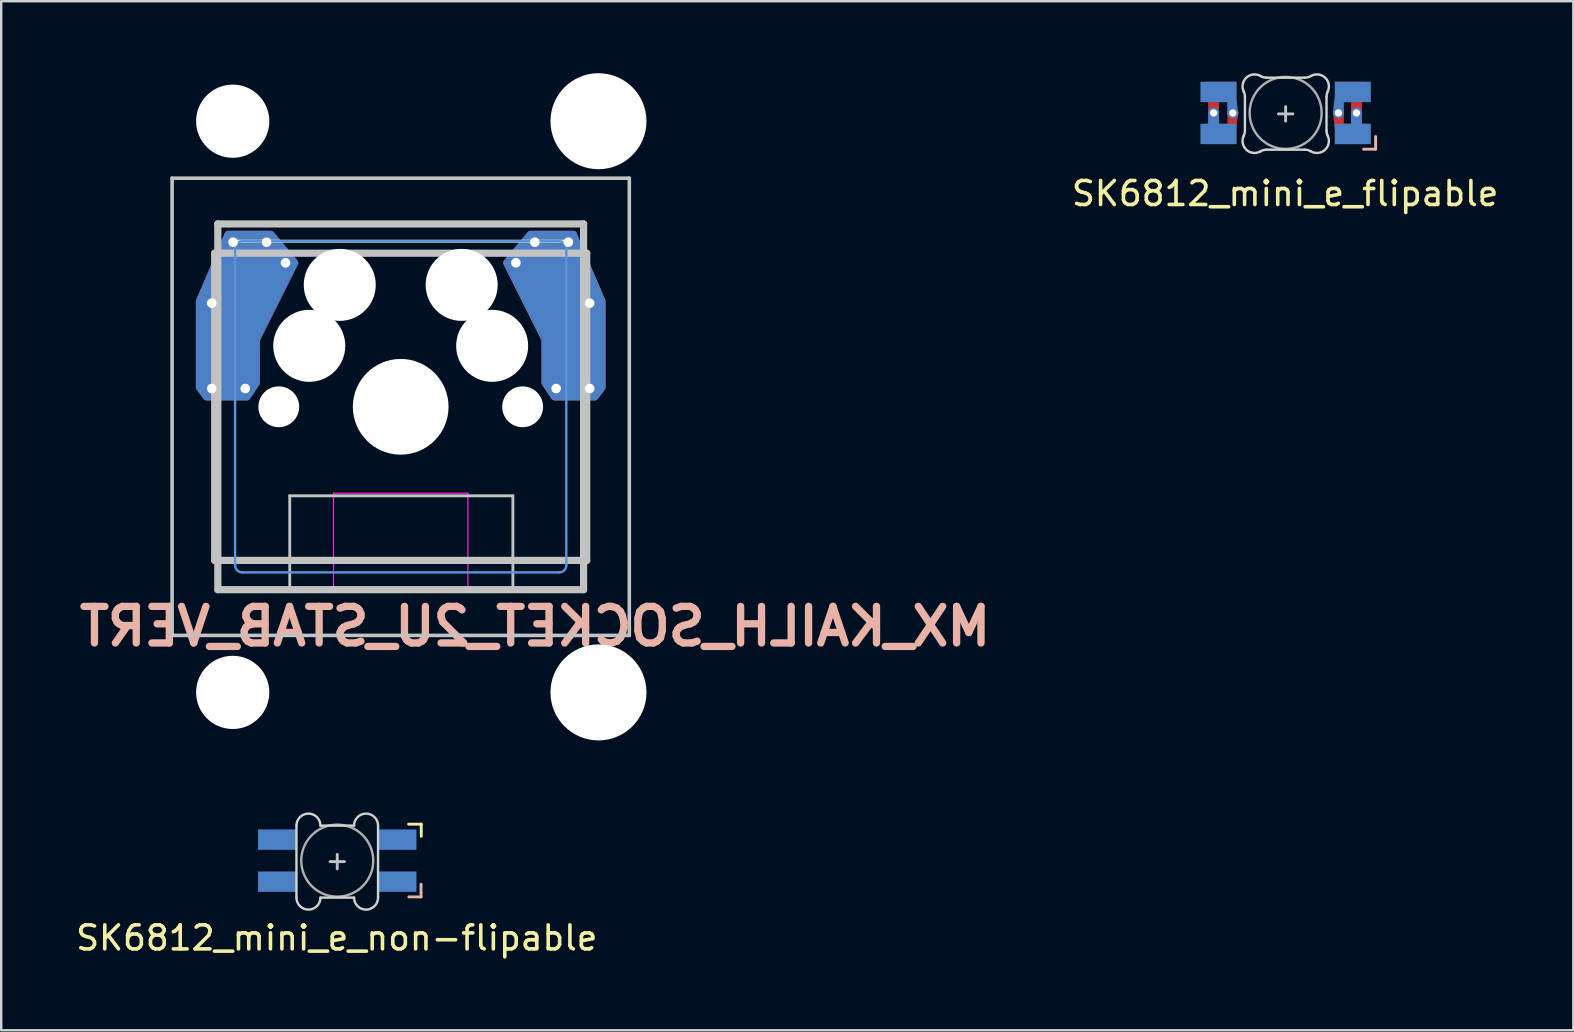
<source format=kicad_pcb>
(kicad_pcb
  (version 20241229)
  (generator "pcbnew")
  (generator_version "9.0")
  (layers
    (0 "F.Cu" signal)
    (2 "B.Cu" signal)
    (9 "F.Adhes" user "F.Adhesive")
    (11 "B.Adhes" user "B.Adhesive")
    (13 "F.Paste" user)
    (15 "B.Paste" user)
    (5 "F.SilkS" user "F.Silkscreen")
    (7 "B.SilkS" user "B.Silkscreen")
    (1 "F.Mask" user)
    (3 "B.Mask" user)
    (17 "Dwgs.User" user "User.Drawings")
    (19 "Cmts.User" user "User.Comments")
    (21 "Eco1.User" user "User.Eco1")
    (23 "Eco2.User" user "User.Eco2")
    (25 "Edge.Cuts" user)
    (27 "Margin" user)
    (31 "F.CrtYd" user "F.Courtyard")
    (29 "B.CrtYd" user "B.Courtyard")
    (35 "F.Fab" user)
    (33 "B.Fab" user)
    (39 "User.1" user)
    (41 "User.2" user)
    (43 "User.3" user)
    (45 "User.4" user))
  (footprint "SK6812_mini_e_flipable"
    (layer "F.Cu")
    (at 50.518 1.695)
    (property "Reference" "SK6812_mini_e_flipable" (at -0.02 3.32 0) (layer "F.SilkS") (effects (font (size 1 1) (thickness 0.15))))
    (attr through_hole)
    (fp_poly (pts (xy -3.5 -1.29) (xy -2.1 -1.29) (xy -2.1 -0.54) (xy -3.5 -0.54)) (stroke (width 0.1) (type solid)) (fill yes) (layer "B.Mask"))
    (fp_poly (pts (xy -3.5 0.46) (xy -2.1 0.46) (xy -2.1 1.21) (xy -3.5 1.21)) (stroke (width 0.1) (type solid)) (fill yes) (layer "B.Mask"))
    (fp_poly (pts (xy 2.1 -1.29) (xy 3.5 -1.29) (xy 3.5 -0.54) (xy 2.1 -0.54)) (stroke (width 0.1) (type solid)) (fill yes) (layer "B.Mask"))
    (fp_poly (pts (xy 2.1 0.46) (xy 3.5 0.46) (xy 3.5 0.785) (xy 3.1 1.21) (xy 2.1 1.21)) (stroke (width 0.1) (type solid)) (fill yes) (layer "B.Mask"))
    (fp_line (start 3.246 1.471) (end 3.754 1.471) (stroke (width 0.12) (type solid)) (layer "B.SilkS"))
    (fp_line (start 3.75 1.471) (end 3.75 0.943) (stroke (width 0.12) (type solid)) (layer "B.SilkS"))
    (fp_line (start -0.3 0) (end 0.3 0) (stroke (width 0.12) (type solid)) (layer "Dwgs.User"))
    (fp_line (start 0 0.3) (end 0 -0.3) (stroke (width 0.12) (type solid)) (layer "Dwgs.User"))
    (fp_line (start -1.697 -0.711) (end -1.697 0.695) (stroke (width 0.1) (type solid)) (layer "Edge.Cuts"))
    (fp_line (start -0.791 1.492) (end 0.798 1.492) (stroke (width 0.1) (type solid)) (layer "Edge.Cuts"))
    (fp_line (start 0.798 -1.508) (end -0.791 -1.508) (stroke (width 0.1) (type solid)) (layer "Edge.Cuts"))
    (fp_line (start 1.703 0.695) (end 1.703 -0.711) (stroke (width 0.1) (type solid)) (layer "Edge.Cuts"))
    (fp_arc (start -1.746195 -0.928018) (mid -1.709238 -0.822366) (end -1.69671 -0.711141) (stroke (width 0.1) (type solid)) (layer "Edge.Cuts"))
    (fp_arc (start -1.746195 -0.928018) (mid -1.634781 -1.512332) (end -1.043422 -1.576595) (stroke (width 0.1) (type solid)) (layer "Edge.Cuts"))
    (fp_arc (start -1.69671 0.694544) (mid -1.709238 0.80577) (end -1.746195 0.911422) (stroke (width 0.1) (type solid)) (layer "Edge.Cuts"))
    (fp_arc (start -1.043422 1.560001) (mid -1.634782 1.495737) (end -1.746195 0.911422) (stroke (width 0.1) (type solid)) (layer "Edge.Cuts"))
    (fp_arc (start -1.043422 1.560001) (mid -0.921834 1.509079) (end -0.791164 1.491702) (stroke (width 0.1) (type solid)) (layer "Edge.Cuts"))
    (fp_arc (start -0.791163 -1.508298) (mid -0.921833 -1.525675) (end -1.043421 -1.576597) (stroke (width 0.1) (type solid)) (layer "Edge.Cuts"))
    (fp_arc (start 0.797742 1.491701) (mid 0.928412 1.509078) (end 1.05 1.56) (stroke (width 0.1) (type solid)) (layer "Edge.Cuts"))
    (fp_arc (start 1.05 -1.576597) (mid 0.928412 -1.525675) (end 0.797741 -1.508298) (stroke (width 0.1) (type solid)) (layer "Edge.Cuts"))
    (fp_arc (start 1.05 -1.576597) (mid 1.641361 -1.512334) (end 1.752773 -0.928017) (stroke (width 0.1) (type solid)) (layer "Edge.Cuts"))
    (fp_arc (start 1.703288 -0.71114) (mid 1.715818 -0.822366) (end 1.752773 -0.928018) (stroke (width 0.1) (type solid)) (layer "Edge.Cuts"))
    (fp_arc (start 1.752773 0.911422) (mid 1.64136 1.495736) (end 1.05 1.56) (stroke (width 0.1) (type solid)) (layer "Edge.Cuts"))
    (fp_arc (start 1.752773 0.911422) (mid 1.7158 0.805773) (end 1.703288 0.694545) (stroke (width 0.1) (type solid)) (layer "Edge.Cuts"))
    (fp_circle (center 0 -0.04) (end 0 -1.54) (stroke (width 0.1) (type solid)) (fill no) (layer "F.Fab"))
    (pad "1" smd custom (at -2.8 -0.915) (size 1.5 0.85) (layers "B.Cu") (options (anchor rect)) (primitives (gr_poly (pts (xy 0.775 0.896) (xy 0.419 0.896) (xy 0.419 0.325) (xy 0.7 0.325)) (width 0.1) (fill yes))))
    (pad "1" smd custom (at -2.7 0.835) (size 1.3 0.85) (layers "F.Cu") (options (anchor rect)) (primitives (gr_poly (pts (xy 0.681 -0.898) (xy 0.6 -0.275) (xy 0.325 -0.275) (xy 0.325 -0.898)) (width 0.1) (fill yes))))
    (pad "1" thru_hole circle (at -2.2 -0.04 180) (size 0.457 0.457) (drill 0.305) (layers "*.Cu"))
    (pad "2" thru_hole circle (at -3 -0.04 180) (size 0.457 0.457) (drill 0.305) (layers "*.Cu"))
    (pad "2" smd custom (at -2.8 0.835 180) (size 1.5 0.85) (layers "B.Cu") (options (anchor rect)) (primitives (gr_poly (pts (xy 0.382 0.888) (xy 0.027 0.888) (xy 0.027 0.325) (xy 0.382 0.325)) (width 0.1) (fill yes))))
    (pad "2" smd custom (at -2.7 -0.915 180) (size 1.3 0.85) (layers "F.Cu") (options (anchor rect)) (primitives (gr_poly (pts (xy 0.482 -0.869) (xy 0.482 -0.296) (xy 0.127 -0.296) (xy 0.127 -0.869)) (width 0.1) (fill yes))))
    (pad "3" smd custom (at 2.7 -0.915 180) (size 1.3 0.85) (layers "F.Cu") (options (anchor rect)) (primitives (gr_poly (pts (xy -0.076 -0.887) (xy -0.076 -0.354) (xy -0.432 -0.354) (xy -0.432 -0.887)) (width 0.1) (fill yes))))
    (pad "3" smd custom (at 2.8 0.835 180) (size 1.5 0.85) (layers "B.Cu") (options (anchor rect)) (primitives (gr_poly (pts (xy 0.028 0.888) (xy -0.328 0.888) (xy -0.332 0.325) (xy 0.024 0.325)) (width 0.1) (fill yes))))
    (pad "3" thru_hole circle (at 2.95 -0.04 180) (size 0.457 0.457) (drill 0.305) (layers "*.Cu"))
    (pad "4" thru_hole circle (at 2.2 -0.04 180) (size 0.457 0.457) (drill 0.305) (layers "*.Cu"))
    (pad "4" smd custom (at 2.7 0.835) (size 1.3 0.85) (layers "F.Cu") (options (anchor rect)) (primitives (gr_poly (pts (xy -0.325 -0.906) (xy -0.325 -0.175) (xy -0.6 -0.185) (xy -0.681 -0.903)) (width 0.1) (fill yes))))
    (pad "4" smd custom (at 2.8 -0.915) (size 1.5 0.85) (layers "B.Cu") (options (anchor rect)) (primitives (gr_poly (pts (xy -0.425 0.886) (xy -0.781 0.886) (xy -0.7 0.175) (xy -0.425 0.175)) (width 0.1) (fill yes)))))
  (footprint "SK6812_mini_e_non-flipable"
    (layer "F.Cu")
    (at 11.002 32.71)
    (property "Reference" "SK6812_mini_e_non-flipable" (at -0.02 3.32 0) (layer "F.SilkS") (effects (font (size 1 1) (thickness 0.15))))
    (attr through_hole)
    (fp_poly (pts (xy -3.25 -1.15) (xy -1.75 -1.15) (xy -1.75 -0.4) (xy -3.25 -0.4)) (stroke (width 0.1) (type solid)) (fill yes) (layer "F.Mask"))
    (fp_poly (pts (xy -3.25 0.6) (xy -1.75 0.6) (xy -1.75 1.35) (xy -3.25 1.35)) (stroke (width 0.1) (type solid)) (fill yes) (layer "F.Mask"))
    (fp_poly (pts (xy 1.75 0.6) (xy 3.25 0.6) (xy 3.25 1.35) (xy 1.75 1.35)) (stroke (width 0.1) (type solid)) (fill yes) (layer "F.Mask"))
    (fp_poly (pts (xy 1.75 -1.15) (xy 2.85 -1.15) (xy 3.25 -0.75) (xy 3.25 -0.4) (xy 1.75 -0.4)) (stroke (width 0.1) (type solid)) (fill yes) (layer "F.Mask"))
    (fp_poly (pts (xy -3.25 -1.15) (xy -1.75 -1.15) (xy -1.75 -0.4) (xy -3.25 -0.4)) (stroke (width 0.1) (type solid)) (fill yes) (layer "B.Mask"))
    (fp_poly (pts (xy -3.25 0.6) (xy -1.75 0.6) (xy -1.75 1.35) (xy -3.25 1.35)) (stroke (width 0.1) (type solid)) (fill yes) (layer "B.Mask"))
    (fp_poly (pts (xy 1.75 -1.15) (xy 3.25 -1.15) (xy 3.25 -0.4) (xy 1.75 -0.4)) (stroke (width 0.1) (type solid)) (fill yes) (layer "B.Mask"))
    (fp_poly (pts (xy 1.75 0.6) (xy 3.25 0.6) (xy 3.25 0.925) (xy 2.85 1.35) (xy 1.75 1.35)) (stroke (width 0.1) (type solid)) (fill yes) (layer "B.Mask"))
    (fp_line (start 3.5 -1.421) (end 2.972 -1.421) (stroke (width 0.12) (type solid)) (layer "F.SilkS"))
    (fp_line (start 3.5 -0.913) (end 3.5 -1.421) (stroke (width 0.12) (type solid)) (layer "F.SilkS"))
    (fp_line (start 2.983 1.611) (end 3.491 1.611) (stroke (width 0.12) (type solid)) (layer "B.SilkS"))
    (fp_line (start 3.491 1.611) (end 3.491 1.083) (stroke (width 0.12) (type solid)) (layer "B.SilkS"))
    (fp_line (start -0.3 0.14) (end 0.3 0.14) (stroke (width 0.12) (type solid)) (layer "Dwgs.User"))
    (fp_line (start 0 0.44) (end 0 -0.16) (stroke (width 0.12) (type solid)) (layer "Dwgs.User"))
    (fp_line (start -1.7 -1.36) (end -1.7 1.64) (stroke (width 0.1) (type solid)) (layer "Edge.Cuts"))
    (fp_line (start -0.7 -1.36) (end 0.7 -1.36) (stroke (width 0.1) (type solid)) (layer "Edge.Cuts"))
    (fp_line (start -0.7 1.64) (end 0.7 1.64) (stroke (width 0.1) (type solid)) (layer "Edge.Cuts"))
    (fp_line (start 1.7 1.64) (end 1.7 -1.36) (stroke (width 0.1) (type solid)) (layer "Edge.Cuts"))
    (fp_arc (start -1.7 -1.36) (mid -1.2 -1.86) (end -0.7 -1.36) (stroke (width 0.1) (type solid)) (layer "Edge.Cuts"))
    (fp_arc (start -0.7 1.64) (mid -1.2 2.14) (end -1.7 1.64) (stroke (width 0.1) (type solid)) (layer "Edge.Cuts"))
    (fp_arc (start 0.7 -1.36) (mid 1.2 -1.86) (end 1.7 -1.36) (stroke (width 0.1) (type solid)) (layer "Edge.Cuts"))
    (fp_arc (start 1.7 1.64) (mid 1.2 2.14) (end 0.7 1.64) (stroke (width 0.1) (type solid)) (layer "Edge.Cuts"))
    (fp_circle (center 0 0.1) (end 0 -1.4) (stroke (width 0.1) (type solid)) (fill no) (layer "F.Fab"))
    (pad "1" smd rect (at -2.5 -0.775) (size 1.6 0.85) (layers "B.Cu"))
    (pad "2" smd rect (at -2.5 0.975 180) (size 1.6 0.85) (layers "B.Cu"))
    (pad "3" smd rect (at 2.5 0.975 180) (size 1.6 0.85) (layers "B.Cu"))
    (pad "4" smd rect (at 2.5 -0.775) (size 1.6 0.85) (layers "B.Cu")))
  (footprint "MX_KAILH_SOCKET_2U_STAB_VERT"
    (layer "F.Cu")
    (at 13.646 13.9)
    (property "Reference" "MX_KAILH_SOCKET_2U_STAB_VERT" (at 5.6 9.15 0) (layer "B.SilkS") (effects (font (size 1.524 1.524) (thickness 0.305)) (justify mirror)))
    (attr through_hole)
    (fp_line (start 6.9 -6.9) (end -6.9 -6.9) (stroke (width 0.12) (type solid)) (layer "F.SilkS"))
    (fp_line (start -9.525 -9.525) (end 9.525 -9.525) (stroke (width 0.15) (type solid)) (layer "Dwgs.User"))
    (fp_line (start -9.525 9.525) (end -9.525 -9.525) (stroke (width 0.15) (type solid)) (layer "Dwgs.User"))
    (fp_line (start -7.75 6.4) (end -7.75 -6.4) (stroke (width 0.3) (type solid)) (layer "Dwgs.User"))
    (fp_line (start -7.75 6.4) (end 7.75 6.4) (stroke (width 0.3) (type solid)) (layer "Dwgs.User"))
    (fp_line (start -7.62 -7.62) (end 7.62 -7.62) (stroke (width 0.3) (type solid)) (layer "Dwgs.User"))
    (fp_line (start -7.62 7.62) (end -7.62 -7.62) (stroke (width 0.3) (type solid)) (layer "Dwgs.User"))
    (fp_line (start -4.623 3.708) (end -4.623 7.671) (stroke (width 0.12) (type solid)) (layer "Dwgs.User"))
    (fp_line (start 4.674 3.708) (end -4.623 3.708) (stroke (width 0.12) (type solid)) (layer "Dwgs.User"))
    (fp_line (start 4.674 3.708) (end 4.674 7.671) (stroke (width 0.12) (type solid)) (layer "Dwgs.User"))
    (fp_line (start 7.62 -7.62) (end 7.62 7.62) (stroke (width 0.3) (type solid)) (layer "Dwgs.User"))
    (fp_line (start 7.62 7.62) (end -7.62 7.62) (stroke (width 0.3) (type solid)) (layer "Dwgs.User"))
    (fp_line (start 7.75 -6.4) (end -7.75 -6.4) (stroke (width 0.3) (type solid)) (layer "Dwgs.User"))
    (fp_line (start 7.75 6.4) (end 7.75 -6.4) (stroke (width 0.3) (type solid)) (layer "Dwgs.User"))
    (fp_line (start 9.525 -9.525) (end 9.525 9.525) (stroke (width 0.15) (type solid)) (layer "Dwgs.User"))
    (fp_line (start 9.525 9.525) (end -9.525 9.525) (stroke (width 0.15) (type solid)) (layer "Dwgs.User"))
    (fp_line (start -6.9 -6.6) (end -6.9 6.6) (stroke (width 0.1) (type solid)) (layer "Cmts.User"))
    (fp_line (start -6.6 6.9) (end 6.6 6.9) (stroke (width 0.1) (type solid)) (layer "Cmts.User"))
    (fp_line (start 6.6 -6.9) (end -6.6 -6.9) (stroke (width 0.1) (type solid)) (layer "Cmts.User"))
    (fp_line (start 6.9 6.6) (end 6.9 -6.6) (stroke (width 0.1) (type solid)) (layer "Cmts.User"))
    (fp_arc (start -6.9 -6.6) (mid -6.812132 -6.812132) (end -6.6 -6.9) (stroke (width 0.1) (type solid)) (layer "Cmts.User"))
    (fp_arc (start -6.6 6.9) (mid -6.812132 6.812132) (end -6.9 6.6) (stroke (width 0.1) (type solid)) (layer "Cmts.User"))
    (fp_arc (start 6.6 -6.9) (mid 6.812132 -6.812132) (end 6.9 -6.6) (stroke (width 0.1) (type solid)) (layer "Cmts.User"))
    (fp_arc (start 6.9 6.6) (mid 6.812132 6.812132) (end 6.6 6.9) (stroke (width 0.1) (type solid)) (layer "Cmts.User"))
    (fp_line (start -6.95 -6.65) (end -6.95 6.65) (stroke (width 0.1) (type solid)) (layer "Eco1.User"))
    (fp_line (start -6.65 6.95) (end 6.65 6.95) (stroke (width 0.1) (type solid)) (layer "Eco1.User"))
    (fp_line (start 6.65 -6.95) (end -6.65 -6.95) (stroke (width 0.1) (type solid)) (layer "Eco1.User"))
    (fp_line (start 6.95 -6.65) (end 6.95 6.65) (stroke (width 0.1) (type solid)) (layer "Eco1.User"))
    (fp_arc (start -6.95 -6.65) (mid -6.862132 -6.862132) (end -6.65 -6.95) (stroke (width 0.1) (type solid)) (layer "Eco1.User"))
    (fp_arc (start -6.65 6.95) (mid -6.862132 6.862132) (end -6.95 6.65) (stroke (width 0.1) (type solid)) (layer "Eco1.User"))
    (fp_arc (start 6.65 -6.95) (mid 6.862132 -6.862132) (end 6.95 -6.65) (stroke (width 0.1) (type solid)) (layer "Eco1.User"))
    (fp_arc (start 6.95 6.65) (mid 6.862132 6.862132) (end 6.65 6.95) (stroke (width 0.1) (type solid)) (layer "Eco1.User"))
    (fp_line (start -9 -9) (end 9 -9) (stroke (width 0.12) (type solid)) (layer "Eco2.User"))
    (fp_line (start -9 9) (end -9 -9) (stroke (width 0.12) (type solid)) (layer "Eco2.User"))
    (fp_line (start 9 -9) (end 9 9) (stroke (width 0.12) (type solid)) (layer "Eco2.User"))
    (fp_line (start 9 9) (end -9 9) (stroke (width 0.12) (type solid)) (layer "Eco2.User"))
    (fp_line (start -2.8 3.6) (end -2.8 7.6) (stroke (width 0.05) (type solid)) (layer "F.CrtYd"))
    (fp_line (start -2.8 7.6) (end 2.8 7.6) (stroke (width 0.05) (type solid)) (layer "F.CrtYd"))
    (fp_line (start 2.8 3.6) (end -2.8 3.6) (stroke (width 0.05) (type solid)) (layer "F.CrtYd"))
    (fp_line (start 2.8 7.6) (end 2.8 3.6) (stroke (width 0.05) (type solid)) (layer "F.CrtYd"))
    (pad "" np_thru_hole circle (at -7 -11.9) (size 3.05 3.05) (drill 3.05) (layers "*.Cu" "*.Mask"))
    (pad "" np_thru_hole circle (at -7 11.9) (size 3.05 3.05) (drill 3.05) (layers "*.Cu" "*.Mask"))
    (pad "" np_thru_hole circle (at -5.08 0) (size 1.7 1.7) (drill 1.7) (layers "*.Cu" "*.Mask"))
    (pad "" np_thru_hole circle (at -3.81 -2.54) (size 3 3) (drill 3) (layers "*.Cu" "*.Mask"))
    (pad "" np_thru_hole circle (at -2.54 -5.08) (size 3 3) (drill 3) (layers "*.Cu" "*.Mask"))
    (pad "" np_thru_hole circle (at 0 0) (size 3.988 3.988) (drill 3.988) (layers "*.Cu" "*.Mask"))
    (pad "" np_thru_hole circle (at 2.54 -5.08) (size 3 3) (drill 3) (layers "*.Cu" "*.Mask"))
    (pad "" np_thru_hole circle (at 3.81 -2.54) (size 3 3) (drill 3) (layers "*.Cu" "*.Mask"))
    (pad "" np_thru_hole circle (at 5.08 0) (size 1.702 1.702) (drill 1.702) (layers "*.Cu" "*.Mask"))
    (pad "" np_thru_hole circle (at 8.24 -11.9) (size 4 4) (drill 4) (layers "*.Cu" "*.Mask"))
    (pad "" np_thru_hole circle (at 8.24 11.9) (size 4 4) (drill 4) (layers "*.Cu" "*.Mask"))
    (pad "1" thru_hole circle (at -7.874 -4.318) (size 0.8 0.8) (drill 0.4) (layers "*.Cu"))
    (pad "1" thru_hole circle (at -7.874 -0.762) (size 0.8 0.8) (drill 0.4) (layers "*.Cu"))
    (pad "1" smd custom (at -7.285 -2.54 180) (size 2.35 2.5) (layers "B.Cu") (options (anchor rect)) (primitives (gr_poly (pts (xy -1.285 -1.54) (xy -1.285 0.26) (xy -2.885 3.46) (xy -1.885 4.66) (xy -0.085 4.66) (xy 1.115 1.86) (xy 1.115 -1.74) (xy 0.815 -2.14) (xy -0.885 -2.14)) (width 0.27) (fill yes))))
    (pad "1" smd rect (at -7.2 -2.54 180) (size 2.35 2.5) (layers "B.Cu" "B.Mask"))
    (pad "1" thru_hole circle (at -6.985 -6.858) (size 0.8 0.8) (drill 0.4) (layers "*.Cu"))
    (pad "1" smd custom (at -6.499 -5.067 180) (size 2.15 2.5) (layers "F.Cu") (options (anchor rect)) (primitives (gr_poly (pts (xy -0.499 -4.067) (xy -0.499 -2.267) (xy -2.099 0.933) (xy -1.099 2.133) (xy 0.701 2.133) (xy 1.901 -0.667) (xy 1.901 -4.267) (xy 1.601 -4.667) (xy -0.099 -4.667)) (width 0.27) (fill yes))))
    (pad "1" thru_hole circle (at -6.477 -0.762) (size 0.8 0.8) (drill 0.4) (layers "*.Cu"))
    (pad "1" smd rect (at -6.399 -5.067 180) (size 2.15 2.5) (layers "F.Cu" "F.Mask"))
    (pad "1" thru_hole circle (at -5.588 -6.858) (size 0.8 0.8) (drill 0.4) (layers "*.Cu"))
    (pad "1" thru_hole circle (at -4.8 -6) (size 0.8 0.8) (drill 0.4) (layers "*.Cu"))
    (pad "2" thru_hole circle (at 4.8 -6) (size 0.8 0.8) (drill 0.4) (layers "*.Cu"))
    (pad "2" thru_hole circle (at 5.588 -6.858) (size 0.8 0.8) (drill 0.4) (layers "*.Cu"))
    (pad "2" smd rect (at 6.425 -5.067) (size 2.15 2.5) (layers "B.Cu" "B.Mask"))
    (pad "2" smd custom (at 6.425 -5.067 180) (size 2.15 2.5) (layers "B.Cu") (options (anchor rect)) (primitives (gr_poly (pts (xy 0.425 -4.067) (xy 0.425 -2.267) (xy 2.025 0.933) (xy 1.025 2.133) (xy -0.775 2.133) (xy -1.975 -0.667) (xy -1.975 -4.267) (xy -1.675 -4.667) (xy 0.025 -4.667)) (width 0.27) (fill yes))))
    (pad "2" thru_hole circle (at 6.477 -0.762) (size 0.8 0.8) (drill 0.4) (layers "*.Cu"))
    (pad "2" thru_hole circle (at 6.985 -6.858) (size 0.8 0.8) (drill 0.4) (layers "*.Cu"))
    (pad "2" smd rect (at 7.212 -2.54) (size 2.35 2.5) (layers "F.Cu" "F.Mask"))
    (pad "2" smd custom (at 7.212 -2.54 180) (size 2.35 2.5) (layers "F.Cu") (options (anchor rect)) (primitives (gr_poly (pts (xy 1.212 -1.54) (xy 1.212 0.26) (xy 2.812 3.46) (xy 1.812 4.66) (xy 0.012 4.66) (xy -1.188 1.86) (xy -1.188 -1.74) (xy -0.888 -2.14) (xy 0.812 -2.14)) (width 0.27) (fill yes))))
    (pad "2" thru_hole circle (at 7.874 -4.318) (size 0.8 0.8) (drill 0.4) (layers "*.Cu"))
    (pad "2" thru_hole circle (at 7.874 -0.762) (size 0.8 0.8) (drill 0.4) (layers "*.Cu")))
  (gr_rect
    (start -3 -3)
    (end 62.504 39.878)
    (stroke (width 0.1) (type default))
    (fill no)
    (layer "Edge.Cuts")))
</source>
